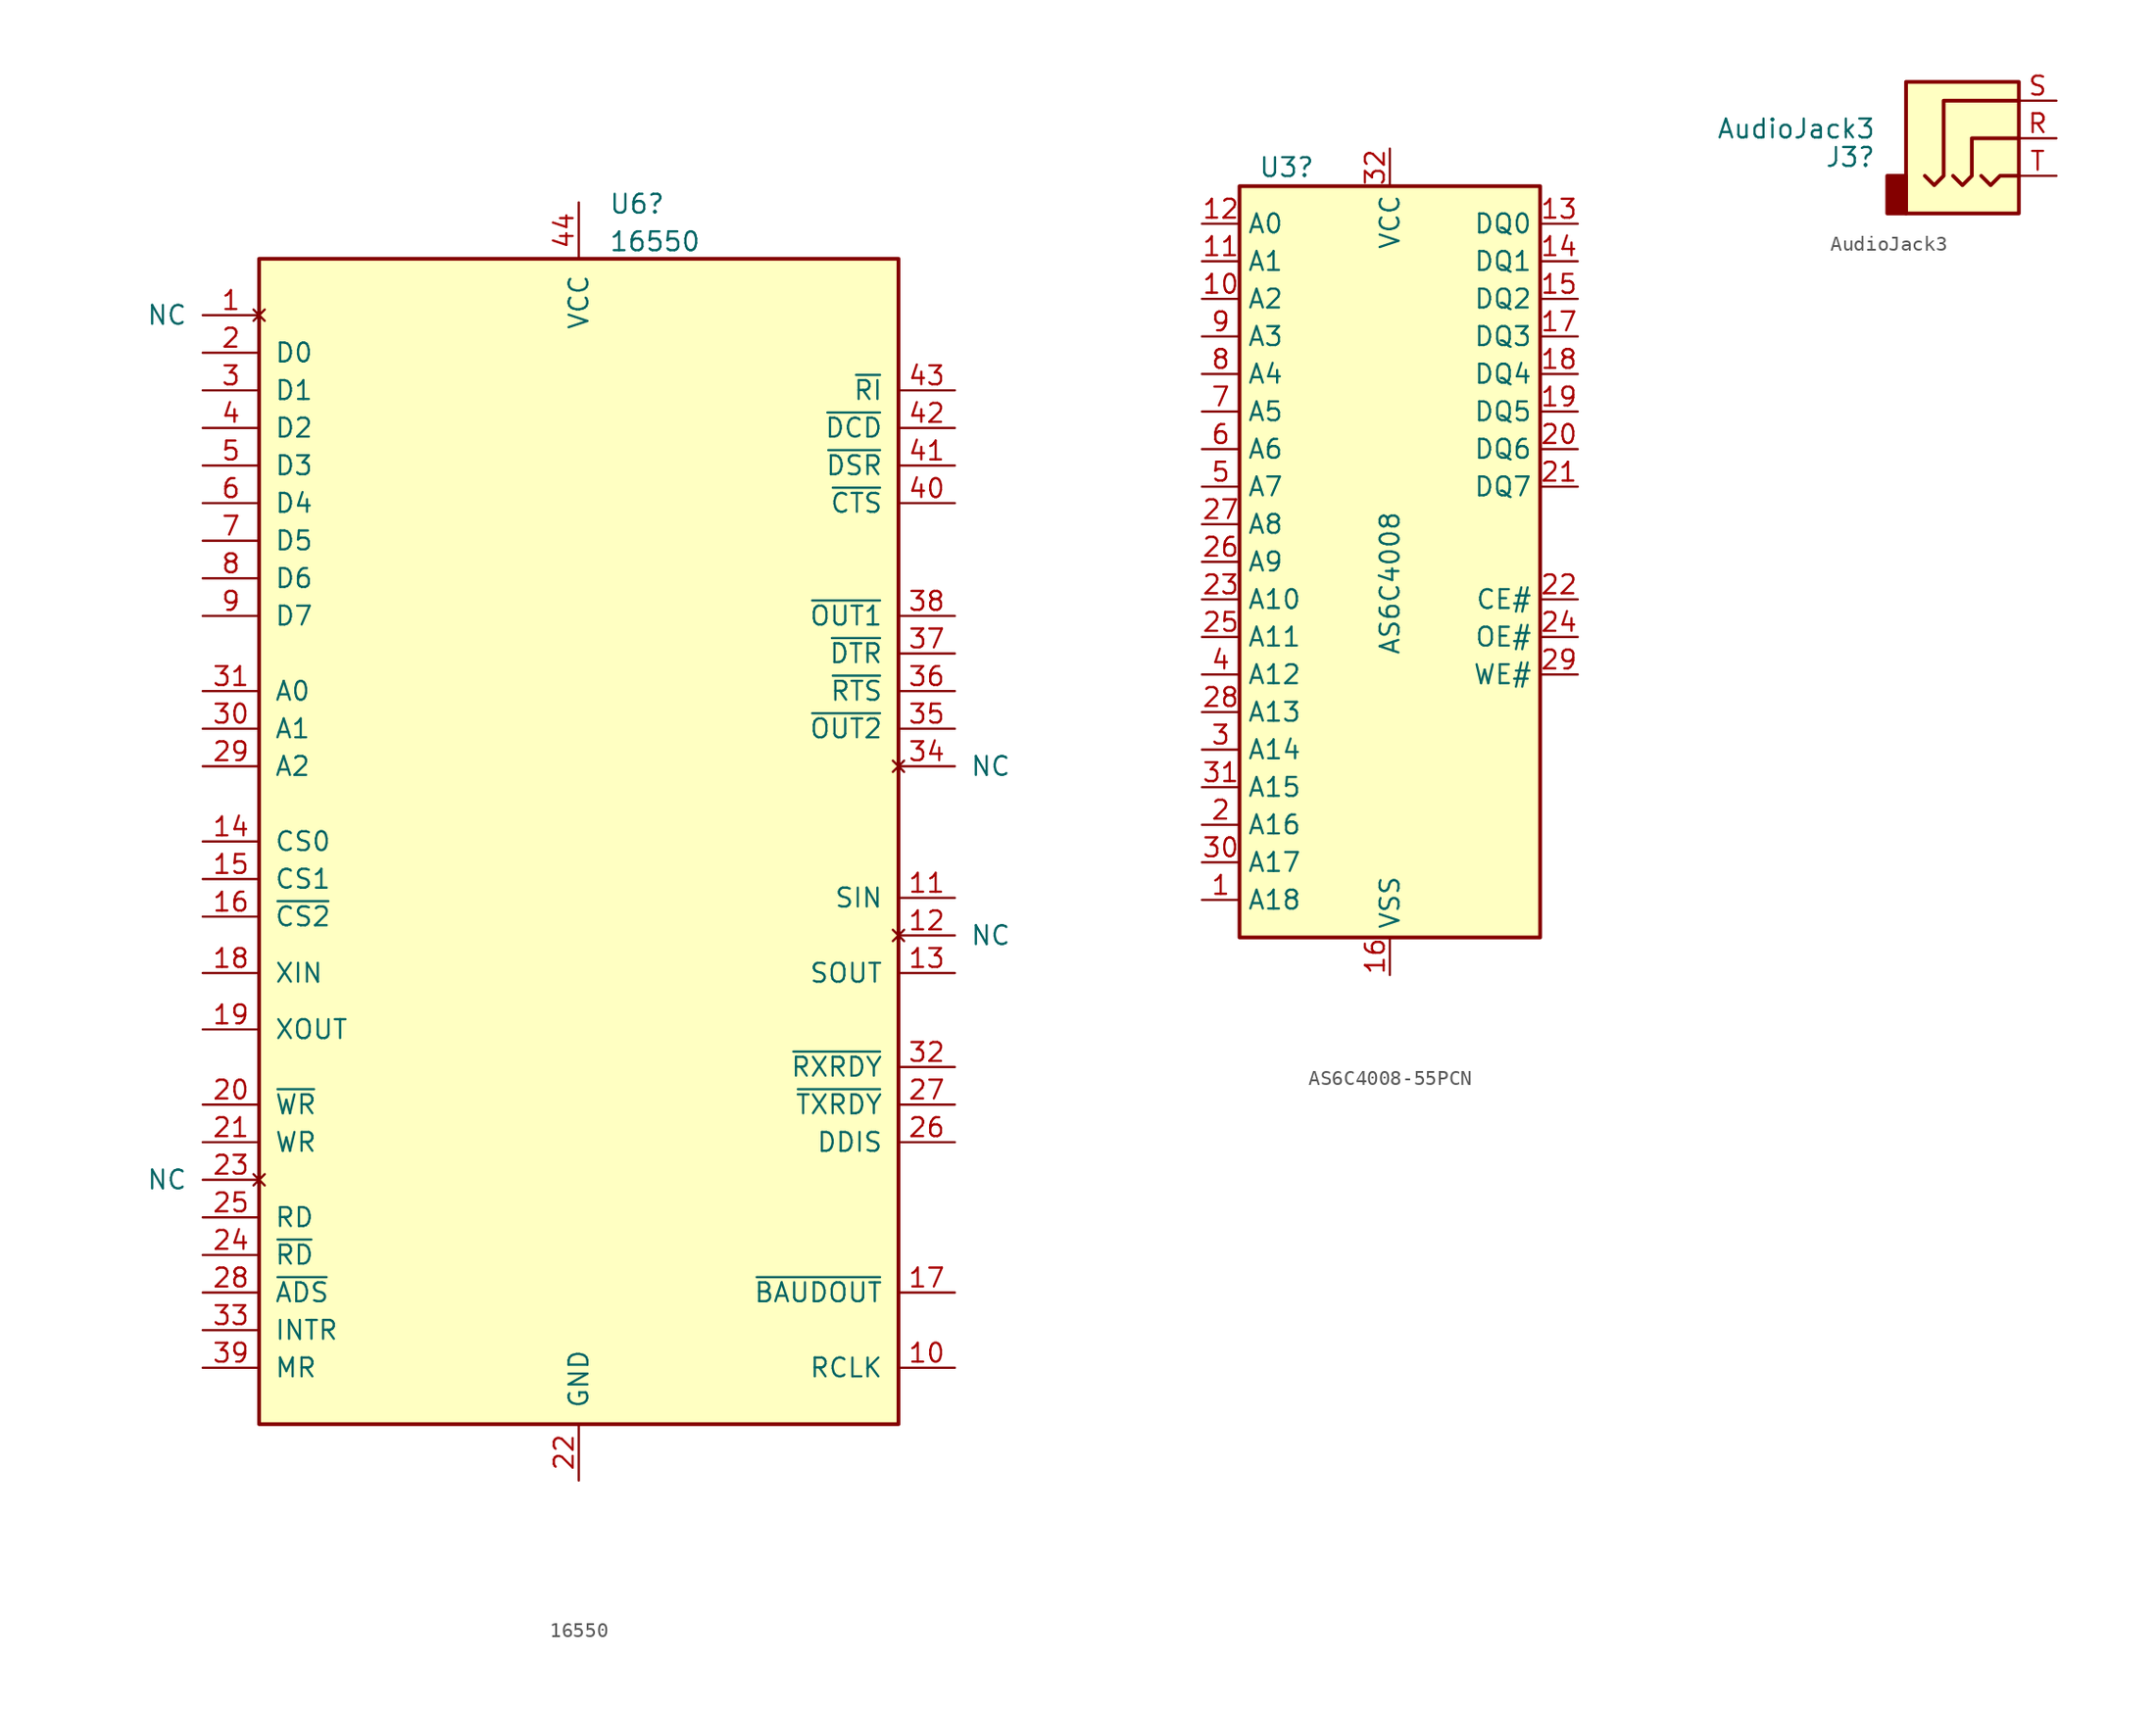
<source format=kicad_sym>
(kicad_symbol_lib
  (version 20220914)
  (generator kicad_symbol_editor)
  (symbol "16550"
    (pin_names
      (offset 1.016))
    (property "Reference" "U6"
      (at 2.019 43.07 0)
      (effects (font (size 1.27 1.27)) (justify left)))
    (property "Value" "16550"
      (at 2.019 40.533 0)
      (effects (font (size 1.27 1.27)) (justify left)))
    (symbol "16550_0_1"
      (rectangle (start -21.59 -39.37) (end 21.59 39.37) (stroke (width 0.254) (type default)) (fill (type background))))
    (symbol "16550_1_1"
      (pin no_connect line (at -21.59 35.56 180) (length 3.81) (name "NC" (effects (font (size 1.27 1.27)))) (number "1" (effects (font (size 1.27 1.27)))))
      (pin input line (at 25.4 -35.56 180) (length 3.81) (name "RCLK" (effects (font (size 1.27 1.27)))) (number "10" (effects (font (size 1.27 1.27)))))
      (pin input line (at 25.4 -3.81 180) (length 3.81) (name "SIN" (effects (font (size 1.27 1.27)))) (number "11" (effects (font (size 1.27 1.27)))))
      (pin no_connect line (at 21.59 -6.35 0) (length 3.81) (name "NC" (effects (font (size 1.27 1.27)))) (number "12" (effects (font (size 1.27 1.27)))))
      (pin output line (at 25.4 -8.89 180) (length 3.81) (name "SOUT" (effects (font (size 1.27 1.27)))) (number "13" (effects (font (size 1.27 1.27)))))
      (pin input line (at -25.4 0 0) (length 3.81) (name "CS0" (effects (font (size 1.27 1.27)))) (number "14" (effects (font (size 1.27 1.27)))))
      (pin input line (at -25.4 -2.54 0) (length 3.81) (name "CS1" (effects (font (size 1.27 1.27)))) (number "15" (effects (font (size 1.27 1.27)))))
      (pin input line (at -25.4 -5.08 0) (length 3.81) (name "~{CS2}" (effects (font (size 1.27 1.27)))) (number "16" (effects (font (size 1.27 1.27)))))
      (pin output line (at 25.4 -30.48 180) (length 3.81) (name "~{BAUDOUT}" (effects (font (size 1.27 1.27)))) (number "17" (effects (font (size 1.27 1.27)))))
      (pin input line (at -25.4 -8.89 0) (length 3.81) (name "XIN" (effects (font (size 1.27 1.27)))) (number "18" (effects (font (size 1.27 1.27)))))
      (pin output line (at -25.4 -12.7 0) (length 3.81) (name "XOUT" (effects (font (size 1.27 1.27)))) (number "19" (effects (font (size 1.27 1.27)))))
      (pin bidirectional line (at -25.4 33.02 0) (length 3.81) (name "D0" (effects (font (size 1.27 1.27)))) (number "2" (effects (font (size 1.27 1.27)))))
      (pin input line (at -25.4 -17.78 0) (length 3.81) (name "~{WR}" (effects (font (size 1.27 1.27)))) (number "20" (effects (font (size 1.27 1.27)))))
      (pin input line (at -25.4 -20.32 0) (length 3.81) (name "WR" (effects (font (size 1.27 1.27)))) (number "21" (effects (font (size 1.27 1.27)))))
      (pin power_in line (at 0 -43.18 90) (length 3.81) (name "GND" (effects (font (size 1.27 1.27)))) (number "22" (effects (font (size 1.27 1.27)))))
      (pin no_connect line (at -21.59 -22.86 180) (length 3.81) (name "NC" (effects (font (size 1.27 1.27)))) (number "23" (effects (font (size 1.27 1.27)))))
      (pin input line (at -25.4 -27.94 0) (length 3.81) (name "~{RD}" (effects (font (size 1.27 1.27)))) (number "24" (effects (font (size 1.27 1.27)))))
      (pin input line (at -25.4 -25.4 0) (length 3.81) (name "RD" (effects (font (size 1.27 1.27)))) (number "25" (effects (font (size 1.27 1.27)))))
      (pin output line (at 25.4 -20.32 180) (length 3.81) (name "DDIS" (effects (font (size 1.27 1.27)))) (number "26" (effects (font (size 1.27 1.27)))))
      (pin output line (at 25.4 -17.78 180) (length 3.81) (name "~{TXRDY}" (effects (font (size 1.27 1.27)))) (number "27" (effects (font (size 1.27 1.27)))))
      (pin input line (at -25.4 -30.48 0) (length 3.81) (name "~{ADS}" (effects (font (size 1.27 1.27)))) (number "28" (effects (font (size 1.27 1.27)))))
      (pin input line (at -25.4 5.08 0) (length 3.81) (name "A2" (effects (font (size 1.27 1.27)))) (number "29" (effects (font (size 1.27 1.27)))))
      (pin bidirectional line (at -25.4 30.48 0) (length 3.81) (name "D1" (effects (font (size 1.27 1.27)))) (number "3" (effects (font (size 1.27 1.27)))))
      (pin input line (at -25.4 7.62 0) (length 3.81) (name "A1" (effects (font (size 1.27 1.27)))) (number "30" (effects (font (size 1.27 1.27)))))
      (pin input line (at -25.4 10.16 0) (length 3.81) (name "A0" (effects (font (size 1.27 1.27)))) (number "31" (effects (font (size 1.27 1.27)))))
      (pin output line (at 25.4 -15.24 180) (length 3.81) (name "~{RXRDY}" (effects (font (size 1.27 1.27)))) (number "32" (effects (font (size 1.27 1.27)))))
      (pin output line (at -25.4 -33.02 0) (length 3.81) (name "INTR" (effects (font (size 1.27 1.27)))) (number "33" (effects (font (size 1.27 1.27)))))
      (pin no_connect line (at 21.59 5.08 0) (length 3.81) (name "NC" (effects (font (size 1.27 1.27)))) (number "34" (effects (font (size 1.27 1.27)))))
      (pin output line (at 25.4 7.62 180) (length 3.81) (name "~{OUT2}" (effects (font (size 1.27 1.27)))) (number "35" (effects (font (size 1.27 1.27)))))
      (pin output line (at 25.4 10.16 180) (length 3.81) (name "~{RTS}" (effects (font (size 1.27 1.27)))) (number "36" (effects (font (size 1.27 1.27)))))
      (pin output line (at 25.4 12.7 180) (length 3.81) (name "~{DTR}" (effects (font (size 1.27 1.27)))) (number "37" (effects (font (size 1.27 1.27)))))
      (pin output line (at 25.4 15.24 180) (length 3.81) (name "~{OUT1}" (effects (font (size 1.27 1.27)))) (number "38" (effects (font (size 1.27 1.27)))))
      (pin input line (at -25.4 -35.56 0) (length 3.81) (name "MR" (effects (font (size 1.27 1.27)))) (number "39" (effects (font (size 1.27 1.27)))))
      (pin bidirectional line (at -25.4 27.94 0) (length 3.81) (name "D2" (effects (font (size 1.27 1.27)))) (number "4" (effects (font (size 1.27 1.27)))))
      (pin input line (at 25.4 22.86 180) (length 3.81) (name "~{CTS}" (effects (font (size 1.27 1.27)))) (number "40" (effects (font (size 1.27 1.27)))))
      (pin input line (at 25.4 25.4 180) (length 3.81) (name "~{DSR}" (effects (font (size 1.27 1.27)))) (number "41" (effects (font (size 1.27 1.27)))))
      (pin input line (at 25.4 27.94 180) (length 3.81) (name "~{DCD}" (effects (font (size 1.27 1.27)))) (number "42" (effects (font (size 1.27 1.27)))))
      (pin input line (at 25.4 30.48 180) (length 3.81) (name "~{RI}" (effects (font (size 1.27 1.27)))) (number "43" (effects (font (size 1.27 1.27)))))
      (pin power_in line (at 0 43.18 270) (length 3.81) (name "VCC" (effects (font (size 1.27 1.27)))) (number "44" (effects (font (size 1.27 1.27)))))
      (pin bidirectional line (at -25.4 25.4 0) (length 3.81) (name "D3" (effects (font (size 1.27 1.27)))) (number "5" (effects (font (size 1.27 1.27)))))
      (pin bidirectional line (at -25.4 22.86 0) (length 3.81) (name "D4" (effects (font (size 1.27 1.27)))) (number "6" (effects (font (size 1.27 1.27)))))
      (pin bidirectional line (at -25.4 20.32 0) (length 3.81) (name "D5" (effects (font (size 1.27 1.27)))) (number "7" (effects (font (size 1.27 1.27)))))
      (pin bidirectional line (at -25.4 17.78 0) (length 3.81) (name "D6" (effects (font (size 1.27 1.27)))) (number "8" (effects (font (size 1.27 1.27)))))
      (pin bidirectional line (at -25.4 15.24 0) (length 3.81) (name "D7" (effects (font (size 1.27 1.27)))) (number "9" (effects (font (size 1.27 1.27)))))))
  (symbol "AS6C4008-55PCN"
    (property "Reference" "U3"
      (at -8.89 26.67 0)
      (effects (font (size 1.27 1.27)) (justify left)))
    (property "Value" "AS6C4008"
      (at 0 -6.35 90)
      (effects (font (size 1.27 1.27)) (justify left)))
    (symbol "AS6C4008-55PCN_0_0"
      (pin power_in line (at 0 -27.94 90) (length 2.54) (name "VSS" (effects (font (size 1.27 1.27)))) (number "16" (effects (font (size 1.27 1.27)))))
      (pin power_in line (at 0 27.94 270) (length 2.54) (name "VCC" (effects (font (size 1.27 1.27)))) (number "32" (effects (font (size 1.27 1.27))))))
    (symbol "AS6C4008-55PCN_0_1"
      (rectangle (start -10.16 25.4) (end 10.16 -25.4) (stroke (width 0.254) (type default)) (fill (type background))))
    (symbol "AS6C4008-55PCN_1_1"
      (pin input line (at -12.7 -22.86 0) (length 2.54) (name "A18" (effects (font (size 1.27 1.27)))) (number "1" (effects (font (size 1.27 1.27)))))
      (pin input line (at -12.7 17.78 0) (length 2.54) (name "A2" (effects (font (size 1.27 1.27)))) (number "10" (effects (font (size 1.27 1.27)))))
      (pin input line (at -12.7 20.32 0) (length 2.54) (name "A1" (effects (font (size 1.27 1.27)))) (number "11" (effects (font (size 1.27 1.27)))))
      (pin input line (at -12.7 22.86 0) (length 2.54) (name "A0" (effects (font (size 1.27 1.27)))) (number "12" (effects (font (size 1.27 1.27)))))
      (pin tri_state line (at 12.7 22.86 180) (length 2.54) (name "DQ0" (effects (font (size 1.27 1.27)))) (number "13" (effects (font (size 1.27 1.27)))))
      (pin tri_state line (at 12.7 20.32 180) (length 2.54) (name "DQ1" (effects (font (size 1.27 1.27)))) (number "14" (effects (font (size 1.27 1.27)))))
      (pin tri_state line (at 12.7 17.78 180) (length 2.54) (name "DQ2" (effects (font (size 1.27 1.27)))) (number "15" (effects (font (size 1.27 1.27)))))
      (pin tri_state line (at 12.7 15.24 180) (length 2.54) (name "DQ3" (effects (font (size 1.27 1.27)))) (number "17" (effects (font (size 1.27 1.27)))))
      (pin tri_state line (at 12.7 12.7 180) (length 2.54) (name "DQ4" (effects (font (size 1.27 1.27)))) (number "18" (effects (font (size 1.27 1.27)))))
      (pin tri_state line (at 12.7 10.16 180) (length 2.54) (name "DQ5" (effects (font (size 1.27 1.27)))) (number "19" (effects (font (size 1.27 1.27)))))
      (pin input line (at -12.7 -17.78 0) (length 2.54) (name "A16" (effects (font (size 1.27 1.27)))) (number "2" (effects (font (size 1.27 1.27)))))
      (pin tri_state line (at 12.7 7.62 180) (length 2.54) (name "DQ6" (effects (font (size 1.27 1.27)))) (number "20" (effects (font (size 1.27 1.27)))))
      (pin tri_state line (at 12.7 5.08 180) (length 2.54) (name "DQ7" (effects (font (size 1.27 1.27)))) (number "21" (effects (font (size 1.27 1.27)))))
      (pin input line (at 12.7 -2.54 180) (length 2.54) (name "CE#" (effects (font (size 1.27 1.27)))) (number "22" (effects (font (size 1.27 1.27)))))
      (pin input line (at -12.7 -2.54 0) (length 2.54) (name "A10" (effects (font (size 1.27 1.27)))) (number "23" (effects (font (size 1.27 1.27)))))
      (pin input line (at 12.7 -5.08 180) (length 2.54) (name "OE#" (effects (font (size 1.27 1.27)))) (number "24" (effects (font (size 1.27 1.27)))))
      (pin input line (at -12.7 -5.08 0) (length 2.54) (name "A11" (effects (font (size 1.27 1.27)))) (number "25" (effects (font (size 1.27 1.27)))))
      (pin input line (at -12.7 0 0) (length 2.54) (name "A9" (effects (font (size 1.27 1.27)))) (number "26" (effects (font (size 1.27 1.27)))))
      (pin input line (at -12.7 2.54 0) (length 2.54) (name "A8" (effects (font (size 1.27 1.27)))) (number "27" (effects (font (size 1.27 1.27)))))
      (pin input line (at -12.7 -10.16 0) (length 2.54) (name "A13" (effects (font (size 1.27 1.27)))) (number "28" (effects (font (size 1.27 1.27)))))
      (pin input line (at 12.7 -7.62 180) (length 2.54) (name "WE#" (effects (font (size 1.27 1.27)))) (number "29" (effects (font (size 1.27 1.27)))))
      (pin input line (at -12.7 -12.7 0) (length 2.54) (name "A14" (effects (font (size 1.27 1.27)))) (number "3" (effects (font (size 1.27 1.27)))))
      (pin input line (at -12.7 -20.32 0) (length 2.54) (name "A17" (effects (font (size 1.27 1.27)))) (number "30" (effects (font (size 1.27 1.27)))))
      (pin input line (at -12.7 -15.24 0) (length 2.54) (name "A15" (effects (font (size 1.27 1.27)))) (number "31" (effects (font (size 1.27 1.27)))))
      (pin input line (at -12.7 -7.62 0) (length 2.54) (name "A12" (effects (font (size 1.27 1.27)))) (number "4" (effects (font (size 1.27 1.27)))))
      (pin input line (at -12.7 5.08 0) (length 2.54) (name "A7" (effects (font (size 1.27 1.27)))) (number "5" (effects (font (size 1.27 1.27)))))
      (pin input line (at -12.7 7.62 0) (length 2.54) (name "A6" (effects (font (size 1.27 1.27)))) (number "6" (effects (font (size 1.27 1.27)))))
      (pin input line (at -12.7 10.16 0) (length 2.54) (name "A5" (effects (font (size 1.27 1.27)))) (number "7" (effects (font (size 1.27 1.27)))))
      (pin input line (at -12.7 12.7 0) (length 2.54) (name "A4" (effects (font (size 1.27 1.27)))) (number "8" (effects (font (size 1.27 1.27)))))
      (pin input line (at -12.7 15.24 0) (length 2.54) (name "A3" (effects (font (size 1.27 1.27)))) (number "9" (effects (font (size 1.27 1.27)))))))
  (symbol "AudioJack3"
    (property "Reference" "J3"
      (at -7.112 -1.279 0)
      (effects (font (size 1.27 1.27)) (justify right)))
    (property "Value" "AudioJack3"
      (at -7.112 0.642 0)
      (effects (font (size 1.27 1.27)) (justify right)))
    (symbol "AudioJack3_0_1"
      (rectangle (start -5.08 -5.08) (end -6.35 -2.54) (stroke (width 0.254) (type default)) (fill (type outline)))
      (polyline (pts (xy 0 -2.54) (xy 0.635 -3.175) (xy 1.27 -2.54) (xy 2.54 -2.54)) (stroke (width 0.254) (type default)) (fill (type none)))
      (polyline (pts (xy -1.905 -2.54) (xy -1.27 -3.175) (xy -0.635 -2.54) (xy -0.635 0) (xy 2.54 0)) (stroke (width 0.254) (type default)) (fill (type none)))
      (polyline (pts (xy 2.54 2.54) (xy -2.54 2.54) (xy -2.54 -2.54) (xy -3.175 -3.175) (xy -3.81 -2.54)) (stroke (width 0.254) (type default)) (fill (type none)))
      (rectangle (start 2.54 3.81) (end -5.08 -5.08) (stroke (width 0.254) (type default)) (fill (type background))))
    (symbol "AudioJack3_1_1"
      (pin passive line (at 5.08 0 180) (length 2.54) (name "~" (effects (font (size 1.27 1.27)))) (number "R" (effects (font (size 1.27 1.27)))))
      (pin passive line (at 5.08 2.54 180) (length 2.54) (name "~" (effects (font (size 1.27 1.27)))) (number "S" (effects (font (size 1.27 1.27)))))
      (pin passive line (at 5.08 -2.54 180) (length 2.54) (name "~" (effects (font (size 1.27 1.27)))) (number "T" (effects (font (size 1.27 1.27))))))))
</source>
